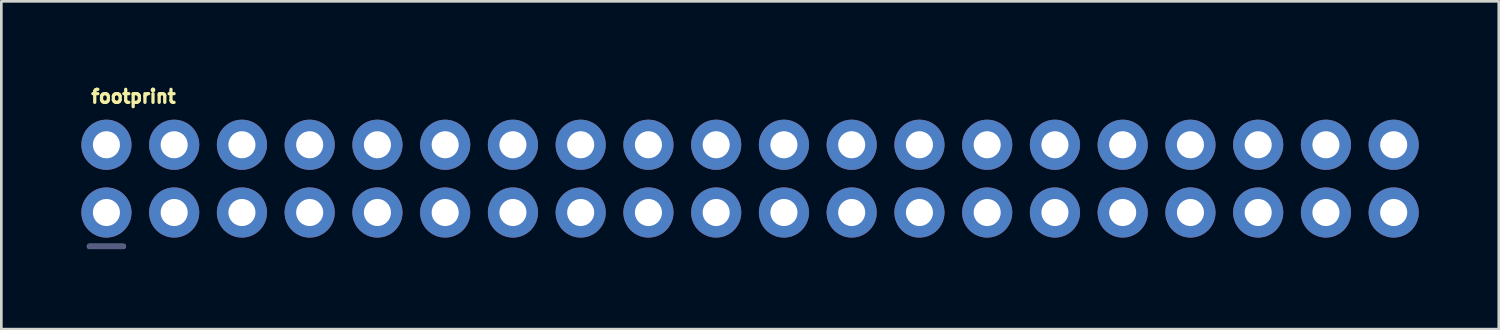
<source format=kicad_pcb>
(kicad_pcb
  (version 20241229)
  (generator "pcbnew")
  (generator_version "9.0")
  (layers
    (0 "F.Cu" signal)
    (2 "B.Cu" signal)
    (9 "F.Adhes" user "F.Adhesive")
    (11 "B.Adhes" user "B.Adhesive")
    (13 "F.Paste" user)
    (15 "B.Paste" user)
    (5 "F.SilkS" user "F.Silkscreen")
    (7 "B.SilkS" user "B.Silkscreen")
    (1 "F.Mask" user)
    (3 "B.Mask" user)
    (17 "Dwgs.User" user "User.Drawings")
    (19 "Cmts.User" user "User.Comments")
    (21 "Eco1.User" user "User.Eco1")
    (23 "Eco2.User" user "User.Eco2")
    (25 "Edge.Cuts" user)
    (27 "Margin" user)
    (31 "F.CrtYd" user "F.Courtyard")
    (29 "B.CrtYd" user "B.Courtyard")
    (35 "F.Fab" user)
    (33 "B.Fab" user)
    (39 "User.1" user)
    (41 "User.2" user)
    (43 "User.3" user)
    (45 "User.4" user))
  (footprint "footprint"
    (layer "F.Cu")
    (at 0.94 4.917)
    (property "Reference" "footprint" (at -0.635 -4.064 0) (layer "F.SilkS") (effects (font (size 0.488 0.488) (thickness 0.122)) (justify left bottom)))
    (fp_line (start -0.635 1.27) (end 0.635 1.27) (stroke (width 0.203) (type solid)) (layer "B.Fab"))
    (fp_line (start 0.635 1.27) (end -0.635 1.27) (stroke (width 0.203) (type solid)) (layer "F.Fab"))
    (fp_poly (pts (xy 0.254 -2.286) (xy 0.254 -2.794) (xy -0.254 -2.794) (xy -0.254 -2.286)) (stroke (width 0.1) (type solid)) (fill no) (layer "F.Fab"))
    (fp_poly (pts (xy 0.254 0.254) (xy 0.254 -0.254) (xy -0.254 -0.254) (xy -0.254 0.254)) (stroke (width 0.1) (type solid)) (fill no) (layer "F.Fab"))
    (fp_poly (pts (xy 2.794 -2.286) (xy 2.794 -2.794) (xy 2.286 -2.794) (xy 2.286 -2.286)) (stroke (width 0.1) (type solid)) (fill no) (layer "F.Fab"))
    (fp_poly (pts (xy 2.794 0.254) (xy 2.794 -0.254) (xy 2.286 -0.254) (xy 2.286 0.254)) (stroke (width 0.1) (type solid)) (fill no) (layer "F.Fab"))
    (fp_poly (pts (xy 5.334 -2.286) (xy 5.334 -2.794) (xy 4.826 -2.794) (xy 4.826 -2.286)) (stroke (width 0.1) (type solid)) (fill no) (layer "F.Fab"))
    (fp_poly (pts (xy 5.334 0.254) (xy 5.334 -0.254) (xy 4.826 -0.254) (xy 4.826 0.254)) (stroke (width 0.1) (type solid)) (fill no) (layer "F.Fab"))
    (fp_poly (pts (xy 7.874 -2.286) (xy 7.874 -2.794) (xy 7.366 -2.794) (xy 7.366 -2.286)) (stroke (width 0.1) (type solid)) (fill no) (layer "F.Fab"))
    (fp_poly (pts (xy 7.874 -2.286) (xy 7.874 -2.794) (xy 7.366 -2.794) (xy 7.366 -2.286)) (stroke (width 0.1) (type solid)) (fill no) (layer "F.Fab"))
    (fp_poly (pts (xy 7.874 0.254) (xy 7.874 -0.254) (xy 7.366 -0.254) (xy 7.366 0.254)) (stroke (width 0.1) (type solid)) (fill no) (layer "F.Fab"))
    (fp_poly (pts (xy 7.874 0.254) (xy 7.874 -0.254) (xy 7.366 -0.254) (xy 7.366 0.254)) (stroke (width 0.1) (type solid)) (fill no) (layer "F.Fab"))
    (fp_poly (pts (xy 10.414 -2.286) (xy 10.414 -2.794) (xy 9.906 -2.794) (xy 9.906 -2.286)) (stroke (width 0.1) (type solid)) (fill no) (layer "F.Fab"))
    (fp_poly (pts (xy 10.414 0.254) (xy 10.414 -0.254) (xy 9.906 -0.254) (xy 9.906 0.254)) (stroke (width 0.1) (type solid)) (fill no) (layer "F.Fab"))
    (fp_poly (pts (xy 12.954 -2.286) (xy 12.954 -2.794) (xy 12.446 -2.794) (xy 12.446 -2.286)) (stroke (width 0.1) (type solid)) (fill no) (layer "F.Fab"))
    (fp_poly (pts (xy 12.954 0.254) (xy 12.954 -0.254) (xy 12.446 -0.254) (xy 12.446 0.254)) (stroke (width 0.1) (type solid)) (fill no) (layer "F.Fab"))
    (fp_poly (pts (xy 15.494 -2.286) (xy 15.494 -2.794) (xy 14.986 -2.794) (xy 14.986 -2.286)) (stroke (width 0.1) (type solid)) (fill no) (layer "F.Fab"))
    (fp_poly (pts (xy 15.494 0.254) (xy 15.494 -0.254) (xy 14.986 -0.254) (xy 14.986 0.254)) (stroke (width 0.1) (type solid)) (fill no) (layer "F.Fab"))
    (fp_poly (pts (xy 18.034 -2.286) (xy 18.034 -2.794) (xy 17.526 -2.794) (xy 17.526 -2.286)) (stroke (width 0.1) (type solid)) (fill no) (layer "F.Fab"))
    (fp_poly (pts (xy 18.034 0.254) (xy 18.034 -0.254) (xy 17.526 -0.254) (xy 17.526 0.254)) (stroke (width 0.1) (type solid)) (fill no) (layer "F.Fab"))
    (fp_poly (pts (xy 20.574 -2.286) (xy 20.574 -2.794) (xy 20.066 -2.794) (xy 20.066 -2.286)) (stroke (width 0.1) (type solid)) (fill no) (layer "F.Fab"))
    (fp_poly (pts (xy 20.574 -2.286) (xy 20.574 -2.794) (xy 20.066 -2.794) (xy 20.066 -2.286)) (stroke (width 0.1) (type solid)) (fill no) (layer "F.Fab"))
    (fp_poly (pts (xy 20.574 0.254) (xy 20.574 -0.254) (xy 20.066 -0.254) (xy 20.066 0.254)) (stroke (width 0.1) (type solid)) (fill no) (layer "F.Fab"))
    (fp_poly (pts (xy 20.574 0.254) (xy 20.574 -0.254) (xy 20.066 -0.254) (xy 20.066 0.254)) (stroke (width 0.1) (type solid)) (fill no) (layer "F.Fab"))
    (fp_poly (pts (xy 23.114 -2.286) (xy 23.114 -2.794) (xy 22.606 -2.794) (xy 22.606 -2.286)) (stroke (width 0.1) (type solid)) (fill no) (layer "F.Fab"))
    (fp_poly (pts (xy 23.114 0.254) (xy 23.114 -0.254) (xy 22.606 -0.254) (xy 22.606 0.254)) (stroke (width 0.1) (type solid)) (fill no) (layer "F.Fab"))
    (fp_poly (pts (xy 25.654 -2.286) (xy 25.654 -2.794) (xy 25.146 -2.794) (xy 25.146 -2.286)) (stroke (width 0.1) (type solid)) (fill no) (layer "F.Fab"))
    (fp_poly (pts (xy 25.654 0.254) (xy 25.654 -0.254) (xy 25.146 -0.254) (xy 25.146 0.254)) (stroke (width 0.1) (type solid)) (fill no) (layer "F.Fab"))
    (fp_poly (pts (xy 28.194 -2.286) (xy 28.194 -2.794) (xy 27.686 -2.794) (xy 27.686 -2.286)) (stroke (width 0.1) (type solid)) (fill no) (layer "F.Fab"))
    (fp_poly (pts (xy 28.194 -2.286) (xy 28.194 -2.794) (xy 27.686 -2.794) (xy 27.686 -2.286)) (stroke (width 0.1) (type solid)) (fill no) (layer "F.Fab"))
    (fp_poly (pts (xy 28.194 0.254) (xy 28.194 -0.254) (xy 27.686 -0.254) (xy 27.686 0.254)) (stroke (width 0.1) (type solid)) (fill no) (layer "F.Fab"))
    (fp_poly (pts (xy 28.194 0.254) (xy 28.194 -0.254) (xy 27.686 -0.254) (xy 27.686 0.254)) (stroke (width 0.1) (type solid)) (fill no) (layer "F.Fab"))
    (fp_poly (pts (xy 30.734 -2.286) (xy 30.734 -2.794) (xy 30.226 -2.794) (xy 30.226 -2.286)) (stroke (width 0.1) (type solid)) (fill no) (layer "F.Fab"))
    (fp_poly (pts (xy 30.734 0.254) (xy 30.734 -0.254) (xy 30.226 -0.254) (xy 30.226 0.254)) (stroke (width 0.1) (type solid)) (fill no) (layer "F.Fab"))
    (fp_poly (pts (xy 33.274 -2.286) (xy 33.274 -2.794) (xy 32.766 -2.794) (xy 32.766 -2.286)) (stroke (width 0.1) (type solid)) (fill no) (layer "F.Fab"))
    (fp_poly (pts (xy 33.274 0.254) (xy 33.274 -0.254) (xy 32.766 -0.254) (xy 32.766 0.254)) (stroke (width 0.1) (type solid)) (fill no) (layer "F.Fab"))
    (fp_poly (pts (xy 35.814 -2.286) (xy 35.814 -2.794) (xy 35.306 -2.794) (xy 35.306 -2.286)) (stroke (width 0.1) (type solid)) (fill no) (layer "F.Fab"))
    (fp_poly (pts (xy 35.814 0.254) (xy 35.814 -0.254) (xy 35.306 -0.254) (xy 35.306 0.254)) (stroke (width 0.1) (type solid)) (fill no) (layer "F.Fab"))
    (fp_poly (pts (xy 38.354 -2.286) (xy 38.354 -2.794) (xy 37.846 -2.794) (xy 37.846 -2.286)) (stroke (width 0.1) (type solid)) (fill no) (layer "F.Fab"))
    (fp_poly (pts (xy 38.354 0.254) (xy 38.354 -0.254) (xy 37.846 -0.254) (xy 37.846 0.254)) (stroke (width 0.1) (type solid)) (fill no) (layer "F.Fab"))
    (fp_poly (pts (xy 40.894 -2.286) (xy 40.894 -2.794) (xy 40.386 -2.794) (xy 40.386 -2.286)) (stroke (width 0.1) (type solid)) (fill no) (layer "F.Fab"))
    (fp_poly (pts (xy 40.894 0.254) (xy 40.894 -0.254) (xy 40.386 -0.254) (xy 40.386 0.254)) (stroke (width 0.1) (type solid)) (fill no) (layer "F.Fab"))
    (fp_poly (pts (xy 43.434 -2.286) (xy 43.434 -2.794) (xy 42.926 -2.794) (xy 42.926 -2.286)) (stroke (width 0.1) (type solid)) (fill no) (layer "F.Fab"))
    (fp_poly (pts (xy 43.434 0.254) (xy 43.434 -0.254) (xy 42.926 -0.254) (xy 42.926 0.254)) (stroke (width 0.1) (type solid)) (fill no) (layer "F.Fab"))
    (fp_poly (pts (xy 45.974 -2.286) (xy 45.974 -2.794) (xy 45.466 -2.794) (xy 45.466 -2.286)) (stroke (width 0.1) (type solid)) (fill no) (layer "F.Fab"))
    (fp_poly (pts (xy 45.974 0.254) (xy 45.974 -0.254) (xy 45.466 -0.254) (xy 45.466 0.254)) (stroke (width 0.1) (type solid)) (fill no) (layer "F.Fab"))
    (fp_poly (pts (xy 48.514 -2.286) (xy 48.514 -2.794) (xy 48.006 -2.794) (xy 48.006 -2.286)) (stroke (width 0.1) (type solid)) (fill no) (layer "F.Fab"))
    (fp_poly (pts (xy 48.514 0.254) (xy 48.514 -0.254) (xy 48.006 -0.254) (xy 48.006 0.254)) (stroke (width 0.1) (type solid)) (fill no) (layer "F.Fab"))
    (pad "1" thru_hole circle (at 0 0) (size 1.88 1.88) (drill 1.016) (layers "*.Cu" "*.Mask"))
    (pad "2" thru_hole circle (at 0 -2.54) (size 1.88 1.88) (drill 1.016) (layers "*.Cu" "*.Mask"))
    (pad "3" thru_hole circle (at 2.54 0) (size 1.88 1.88) (drill 1.016) (layers "*.Cu" "*.Mask"))
    (pad "4" thru_hole circle (at 2.54 -2.54) (size 1.88 1.88) (drill 1.016) (layers "*.Cu" "*.Mask"))
    (pad "5" thru_hole circle (at 5.08 0) (size 1.88 1.88) (drill 1.016) (layers "*.Cu" "*.Mask"))
    (pad "6" thru_hole circle (at 5.08 -2.54) (size 1.88 1.88) (drill 1.016) (layers "*.Cu" "*.Mask"))
    (pad "7" thru_hole circle (at 7.62 0) (size 1.88 1.88) (drill 1.016) (layers "*.Cu" "*.Mask"))
    (pad "8" thru_hole circle (at 7.62 -2.54) (size 1.88 1.88) (drill 1.016) (layers "*.Cu" "*.Mask"))
    (pad "9" thru_hole circle (at 10.16 0) (size 1.88 1.88) (drill 1.016) (layers "*.Cu" "*.Mask"))
    (pad "10" thru_hole circle (at 10.16 -2.54) (size 1.88 1.88) (drill 1.016) (layers "*.Cu" "*.Mask"))
    (pad "11" thru_hole circle (at 12.7 0) (size 1.88 1.88) (drill 1.016) (layers "*.Cu" "*.Mask"))
    (pad "12" thru_hole circle (at 12.7 -2.54) (size 1.88 1.88) (drill 1.016) (layers "*.Cu" "*.Mask"))
    (pad "13" thru_hole circle (at 15.24 0) (size 1.88 1.88) (drill 1.016) (layers "*.Cu" "*.Mask"))
    (pad "14" thru_hole circle (at 15.24 -2.54) (size 1.88 1.88) (drill 1.016) (layers "*.Cu" "*.Mask"))
    (pad "15" thru_hole circle (at 17.78 0) (size 1.88 1.88) (drill 1.016) (layers "*.Cu" "*.Mask"))
    (pad "16" thru_hole circle (at 17.78 -2.54) (size 1.88 1.88) (drill 1.016) (layers "*.Cu" "*.Mask"))
    (pad "17" thru_hole circle (at 20.32 0) (size 1.88 1.88) (drill 1.016) (layers "*.Cu" "*.Mask"))
    (pad "18" thru_hole circle (at 20.32 -2.54) (size 1.88 1.88) (drill 1.016) (layers "*.Cu" "*.Mask"))
    (pad "19" thru_hole circle (at 22.86 0) (size 1.88 1.88) (drill 1.016) (layers "*.Cu" "*.Mask"))
    (pad "20" thru_hole circle (at 22.86 -2.54) (size 1.88 1.88) (drill 1.016) (layers "*.Cu" "*.Mask"))
    (pad "21" thru_hole circle (at 25.4 0) (size 1.88 1.88) (drill 1.016) (layers "*.Cu" "*.Mask"))
    (pad "22" thru_hole circle (at 25.4 -2.54) (size 1.88 1.88) (drill 1.016) (layers "*.Cu" "*.Mask"))
    (pad "23" thru_hole circle (at 27.94 0) (size 1.88 1.88) (drill 1.016) (layers "*.Cu" "*.Mask"))
    (pad "24" thru_hole circle (at 27.94 -2.54) (size 1.88 1.88) (drill 1.016) (layers "*.Cu" "*.Mask"))
    (pad "25" thru_hole circle (at 30.48 0) (size 1.88 1.88) (drill 1.016) (layers "*.Cu" "*.Mask"))
    (pad "26" thru_hole circle (at 30.48 -2.54) (size 1.88 1.88) (drill 1.016) (layers "*.Cu" "*.Mask"))
    (pad "27" thru_hole circle (at 33.02 0) (size 1.88 1.88) (drill 1.016) (layers "*.Cu" "*.Mask"))
    (pad "28" thru_hole circle (at 33.02 -2.54) (size 1.88 1.88) (drill 1.016) (layers "*.Cu" "*.Mask"))
    (pad "29" thru_hole circle (at 35.56 0) (size 1.88 1.88) (drill 1.016) (layers "*.Cu" "*.Mask"))
    (pad "30" thru_hole circle (at 35.56 -2.54) (size 1.88 1.88) (drill 1.016) (layers "*.Cu" "*.Mask"))
    (pad "31" thru_hole circle (at 38.1 0) (size 1.88 1.88) (drill 1.016) (layers "*.Cu" "*.Mask"))
    (pad "32" thru_hole circle (at 38.1 -2.54) (size 1.88 1.88) (drill 1.016) (layers "*.Cu" "*.Mask"))
    (pad "33" thru_hole circle (at 40.64 0) (size 1.88 1.88) (drill 1.016) (layers "*.Cu" "*.Mask"))
    (pad "34" thru_hole circle (at 40.64 -2.54) (size 1.88 1.88) (drill 1.016) (layers "*.Cu" "*.Mask"))
    (pad "35" thru_hole circle (at 43.18 0) (size 1.88 1.88) (drill 1.016) (layers "*.Cu" "*.Mask"))
    (pad "36" thru_hole circle (at 43.18 -2.54) (size 1.88 1.88) (drill 1.016) (layers "*.Cu" "*.Mask"))
    (pad "37" thru_hole circle (at 45.72 0) (size 1.88 1.88) (drill 1.016) (layers "*.Cu" "*.Mask"))
    (pad "38" thru_hole circle (at 45.72 -2.54) (size 1.88 1.88) (drill 1.016) (layers "*.Cu" "*.Mask"))
    (pad "39" thru_hole circle (at 48.26 0) (size 1.88 1.88) (drill 1.016) (layers "*.Cu" "*.Mask"))
    (pad "40" thru_hole circle (at 48.26 -2.54) (size 1.88 1.88) (drill 1.016) (layers "*.Cu" "*.Mask")))
  (gr_rect
    (start -3 -3)
    (end 53.14 9.289)
    (stroke (width 0.1) (type default))
    (fill no)
    (layer "Edge.Cuts")))
</source>
